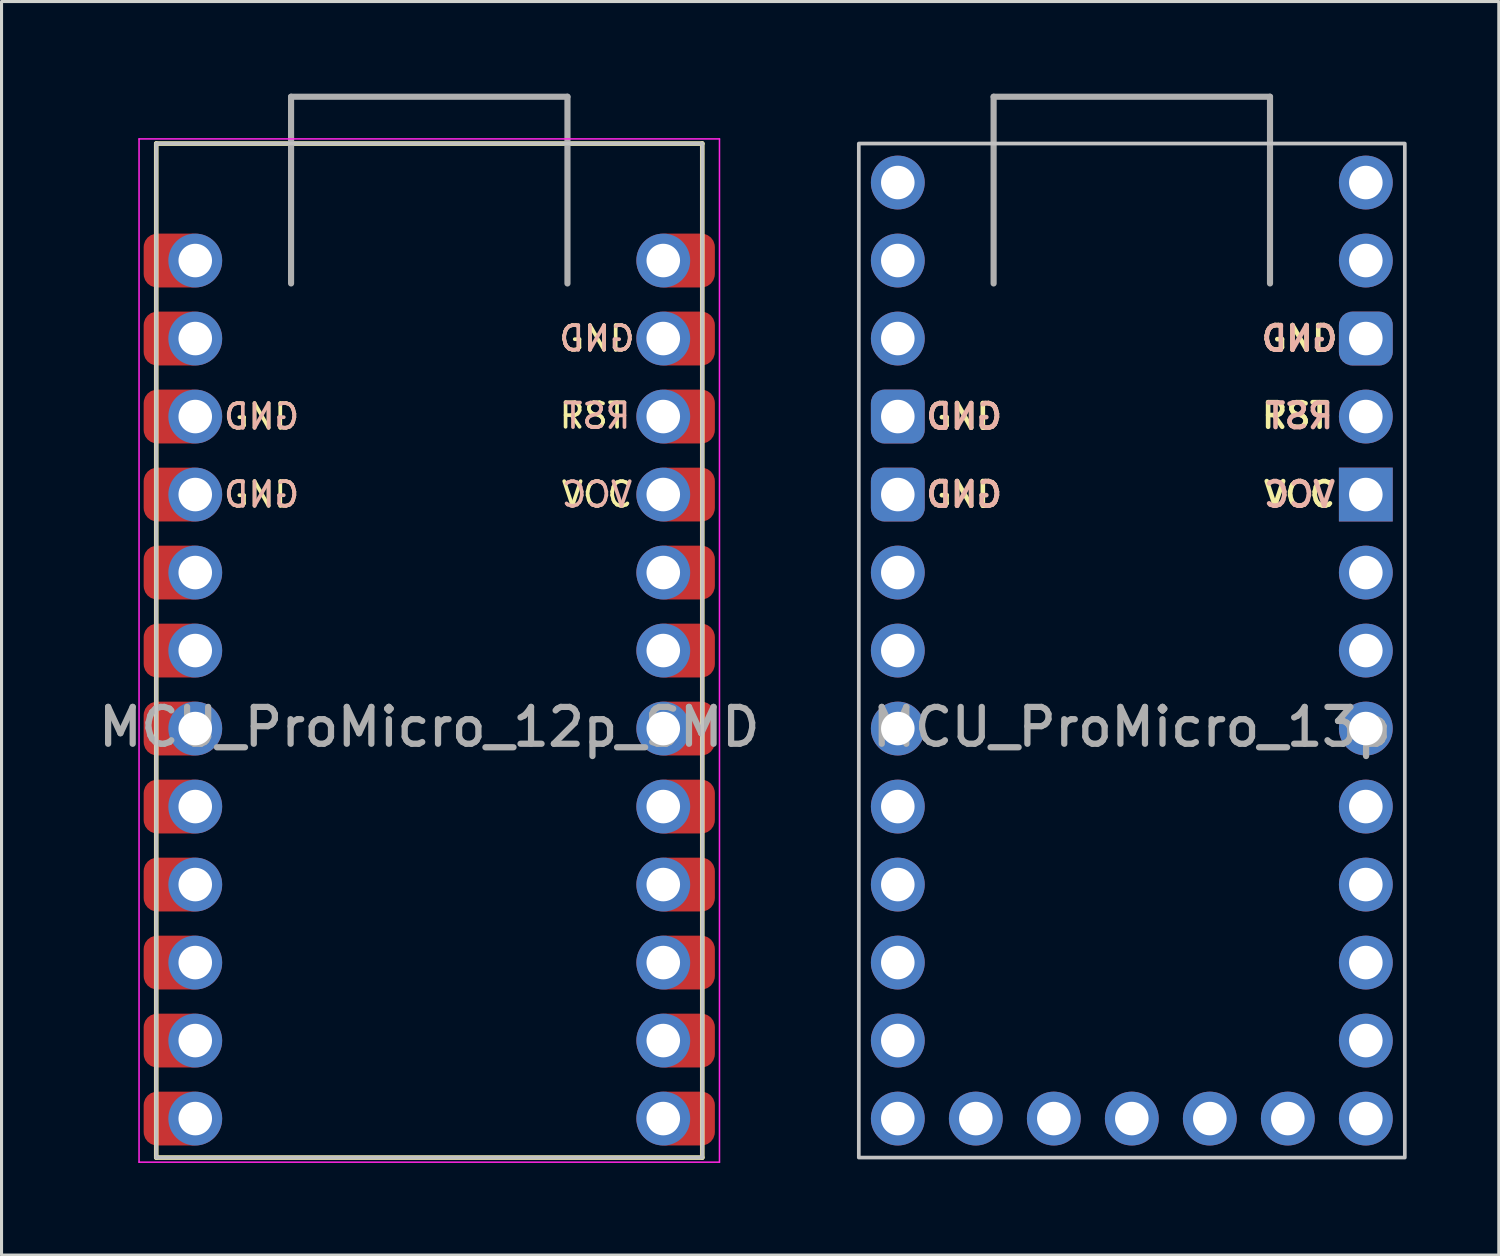
<source format=kicad_pcb>
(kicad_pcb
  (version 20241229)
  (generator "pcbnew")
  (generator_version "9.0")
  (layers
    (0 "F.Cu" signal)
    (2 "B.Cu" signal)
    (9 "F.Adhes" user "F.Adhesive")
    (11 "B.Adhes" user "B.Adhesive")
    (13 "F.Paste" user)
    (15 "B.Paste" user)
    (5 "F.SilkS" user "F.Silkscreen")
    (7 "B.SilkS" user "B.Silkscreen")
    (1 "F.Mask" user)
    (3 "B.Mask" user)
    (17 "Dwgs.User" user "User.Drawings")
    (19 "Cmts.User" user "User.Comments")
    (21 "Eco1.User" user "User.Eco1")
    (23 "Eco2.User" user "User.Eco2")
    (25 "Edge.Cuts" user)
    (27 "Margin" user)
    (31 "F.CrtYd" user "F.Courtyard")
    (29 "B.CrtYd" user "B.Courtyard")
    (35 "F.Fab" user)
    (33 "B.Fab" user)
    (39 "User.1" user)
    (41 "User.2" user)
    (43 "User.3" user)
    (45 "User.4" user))
  (footprint "MCU_ProMicro_12p_SMD"
    (layer "F.Cu")
    (at 10.928 18.624)
    (property "Reference" "MCU_ProMicro_12p_SMD" (at 0 2 180) (layer "F.Fab") (effects (font (size 1.2 1.2) (thickness 0.203))))
    (attr through_hole)
    (fp_line (start -8.89 -17) (end -8.89 16.02) (stroke (width 0.15) (type default)) (layer "F.SilkS"))
    (fp_line (start -8.89 -17) (end 8.89 -17) (stroke (width 0.15) (type default)) (layer "F.SilkS"))
    (fp_line (start 8.89 16.02) (end -8.89 16.02) (stroke (width 0.15) (type default)) (layer "F.SilkS"))
    (fp_line (start 8.89 16.02) (end 8.89 -17) (stroke (width 0.15) (type default)) (layer "F.SilkS"))
    (fp_line (start -8.89 -17) (end 8.89 -17) (stroke (width 0.12) (type default)) (layer "Dwgs.User"))
    (fp_line (start -8.89 16.02) (end -8.89 -17) (stroke (width 0.12) (type default)) (layer "Dwgs.User"))
    (fp_line (start 8.89 -17) (end 8.89 16.02) (stroke (width 0.12) (type default)) (layer "Dwgs.User"))
    (fp_line (start 8.89 16.02) (end -8.89 16.02) (stroke (width 0.12) (type default)) (layer "Dwgs.User"))
    (fp_line (start -9.45 -17.15) (end -9.45 16.17) (stroke (width 0.05) (type default)) (layer "F.CrtYd"))
    (fp_line (start -9.45 -17.15) (end 9.45 -17.15) (stroke (width 0.05) (type default)) (layer "F.CrtYd"))
    (fp_line (start 9.45 -17.15) (end 9.45 16.17) (stroke (width 0.05) (type default)) (layer "F.CrtYd"))
    (fp_line (start 9.45 16.17) (end -9.45 16.17) (stroke (width 0.05) (type default)) (layer "F.CrtYd"))
    (fp_line (start -4.5 -18.524) (end 4.5 -18.524) (stroke (width 0.2) (type solid)) (layer "F.Fab"))
    (fp_line (start -4.5 -12.444) (end -4.5 -18.524) (stroke (width 0.2) (type solid)) (layer "F.Fab"))
    (fp_line (start 4.5 -18.524) (end 4.5 -12.444) (stroke (width 0.2) (type solid)) (layer "F.Fab"))
    (fp_text user "GND" (at 5.461 -10.65 0) (layer "F.SilkS") (effects (font (size 0.8 0.8) (thickness 0.12))))
    (fp_text user "VCC" (at 5.461 -5.57 0) (layer "F.SilkS") (effects (font (size 0.8 0.8) (thickness 0.12))))
    (fp_text user "GND" (at -5.461 -5.57 0) (layer "F.SilkS") (effects (font (size 0.8 0.8) (thickness 0.12))))
    (fp_text user "RST" (at 5.334 -8.14 0) (layer "F.SilkS") (effects (font (size 0.8 0.8) (thickness 0.12))))
    (fp_text user "GND" (at -5.461 -8.11 0) (layer "F.SilkS") (effects (font (size 0.8 0.8) (thickness 0.12))))
    (fp_text user "GND" (at 5.461 -10.65 0) (layer "B.SilkS") (effects (font (size 0.8 0.8) (thickness 0.12)) (justify mirror)))
    (fp_text user "GND" (at -5.461 -5.57 0) (layer "B.SilkS") (effects (font (size 0.8 0.8) (thickness 0.12)) (justify mirror)))
    (fp_text user "VCC" (at 5.461 -5.57 0) (layer "B.SilkS") (effects (font (size 0.8 0.8) (thickness 0.12)) (justify mirror)))
    (fp_text user "RST" (at 5.461 -8.13 0) (layer "B.SilkS") (effects (font (size 0.8 0.8) (thickness 0.12)) (justify mirror)))
    (fp_text user "GND" (at -5.461 -8.11 0) (layer "B.SilkS") (effects (font (size 0.8 0.8) (thickness 0.12)) (justify mirror)))
    (pad "1" smd roundrect (at -8.3 -13.19) (size 2 1.753) (layers "F.Cu" "F.Mask") (roundrect_rratio 0.25) (chamfer_ratio 0.2) (chamfer))
    (pad "1" thru_hole circle (at -7.62 -13.19 270) (size 1.753 1.753) (drill 1.092) (layers "*.Cu" "*.Mask"))
    (pad "2" smd roundrect (at -8.3 -10.65) (size 2 1.753) (layers "F.Cu" "F.Mask") (roundrect_rratio 0.25) (chamfer_ratio 0.2) (chamfer))
    (pad "2" thru_hole circle (at -7.62 -10.65 270) (size 1.753 1.753) (drill 1.092) (layers "*.Cu" "*.Mask"))
    (pad "3" smd roundrect (at -8.3 -8.11) (size 2 1.753) (layers "F.Cu" "F.Mask") (roundrect_rratio 0.25) (chamfer_ratio 0.2) (chamfer))
    (pad "3" thru_hole circle (at -7.62 -8.11 270) (size 1.753 1.753) (drill 1.092) (layers "*.Cu" "*.Mask"))
    (pad "4" smd roundrect (at -8.3 -5.57) (size 2 1.753) (layers "F.Cu" "F.Mask") (roundrect_rratio 0.25) (chamfer_ratio 0.2) (chamfer))
    (pad "4" thru_hole circle (at -7.62 -5.57 270) (size 1.753 1.753) (drill 1.092) (layers "*.Cu" "*.Mask"))
    (pad "5" smd roundrect (at -8.3 -3.03) (size 2 1.753) (layers "F.Cu" "F.Mask") (roundrect_rratio 0.25) (chamfer_ratio 0.2) (chamfer))
    (pad "5" thru_hole circle (at -7.62 -3.03 270) (size 1.753 1.753) (drill 1.092) (layers "*.Cu" "*.Mask"))
    (pad "6" smd roundrect (at -8.3 -0.49) (size 2 1.753) (layers "F.Cu" "F.Mask") (roundrect_rratio 0.25) (chamfer_ratio 0.2) (chamfer))
    (pad "6" thru_hole circle (at -7.62 -0.49 270) (size 1.753 1.753) (drill 1.092) (layers "*.Cu" "*.Mask"))
    (pad "7" smd roundrect (at -8.3 2.05) (size 2 1.753) (layers "F.Cu" "F.Mask") (roundrect_rratio 0.25) (chamfer_ratio 0.2) (chamfer))
    (pad "7" thru_hole circle (at -7.62 2.05 270) (size 1.753 1.753) (drill 1.092) (layers "*.Cu" "*.Mask"))
    (pad "8" smd roundrect (at -8.3 4.59) (size 2 1.753) (layers "F.Cu" "F.Mask") (roundrect_rratio 0.25) (chamfer_ratio 0.2) (chamfer))
    (pad "8" thru_hole circle (at -7.62 4.59 270) (size 1.753 1.753) (drill 1.092) (layers "*.Cu" "*.Mask"))
    (pad "9" smd roundrect (at -8.3 7.13) (size 2 1.753) (layers "F.Cu" "F.Mask") (roundrect_rratio 0.25) (chamfer_ratio 0.2) (chamfer))
    (pad "9" thru_hole circle (at -7.62 7.13 270) (size 1.753 1.753) (drill 1.092) (layers "*.Cu" "*.Mask"))
    (pad "10" smd roundrect (at -8.3 9.67) (size 2 1.753) (layers "F.Cu" "F.Mask") (roundrect_rratio 0.25) (chamfer_ratio 0.2) (chamfer))
    (pad "10" thru_hole circle (at -7.62 9.67 270) (size 1.753 1.753) (drill 1.092) (layers "*.Cu" "*.Mask"))
    (pad "11" smd roundrect (at -8.3 12.21) (size 2 1.753) (layers "F.Cu" "F.Mask") (roundrect_rratio 0.25) (chamfer_ratio 0.2) (chamfer))
    (pad "11" thru_hole circle (at -7.62 12.21 270) (size 1.753 1.753) (drill 1.092) (layers "*.Cu" "*.Mask"))
    (pad "12" smd roundrect (at -8.3 14.75) (size 2 1.753) (layers "F.Cu" "F.Mask") (roundrect_rratio 0.25) (chamfer_ratio 0.2) (chamfer))
    (pad "12" thru_hole circle (at -7.62 14.75 270) (size 1.753 1.753) (drill 1.092) (layers "*.Cu" "*.Mask"))
    (pad "13" thru_hole circle (at 7.62 14.75 90) (size 1.753 1.753) (drill 1.092) (layers "*.Cu" "*.Mask"))
    (pad "13" smd roundrect (at 8.3 14.75 180) (size 2 1.753) (layers "F.Cu" "F.Mask") (roundrect_rratio 0.25) (chamfer_ratio 0.2) (chamfer))
    (pad "14" thru_hole circle (at 7.62 12.21 270) (size 1.753 1.753) (drill 1.092) (layers "*.Cu" "*.Mask"))
    (pad "14" smd roundrect (at 8.3 12.21 180) (size 2 1.753) (layers "F.Cu" "F.Mask") (roundrect_rratio 0.25) (chamfer_ratio 0.2) (chamfer))
    (pad "15" thru_hole circle (at 7.62 9.67 270) (size 1.753 1.753) (drill 1.092) (layers "*.Cu" "*.Mask"))
    (pad "15" smd roundrect (at 8.3 9.67 180) (size 2 1.753) (layers "F.Cu" "F.Mask") (roundrect_rratio 0.25) (chamfer_ratio 0.2) (chamfer))
    (pad "16" thru_hole circle (at 7.62 7.13 270) (size 1.753 1.753) (drill 1.092) (layers "*.Cu" "*.Mask"))
    (pad "16" smd roundrect (at 8.3 7.13 180) (size 2 1.753) (layers "F.Cu" "F.Mask") (roundrect_rratio 0.25) (chamfer_ratio 0.2) (chamfer))
    (pad "17" thru_hole circle (at 7.62 4.59 270) (size 1.753 1.753) (drill 1.092) (layers "*.Cu" "*.Mask"))
    (pad "17" smd roundrect (at 8.3 4.59 180) (size 2 1.753) (layers "F.Cu" "F.Mask") (roundrect_rratio 0.25) (chamfer_ratio 0.2) (chamfer))
    (pad "18" thru_hole circle (at 7.62 2.05 270) (size 1.753 1.753) (drill 1.092) (layers "*.Cu" "*.Mask"))
    (pad "18" smd roundrect (at 8.3 2.05 180) (size 2 1.753) (layers "F.Cu" "F.Mask") (roundrect_rratio 0.25) (chamfer_ratio 0.2) (chamfer))
    (pad "19" thru_hole circle (at 7.62 -0.49 270) (size 1.753 1.753) (drill 1.092) (layers "*.Cu" "*.Mask"))
    (pad "19" smd roundrect (at 8.3 -0.49 180) (size 2 1.753) (layers "F.Cu" "F.Mask") (roundrect_rratio 0.25) (chamfer_ratio 0.2) (chamfer))
    (pad "20" thru_hole circle (at 7.62 -3.03 270) (size 1.753 1.753) (drill 1.092) (layers "*.Cu" "*.Mask"))
    (pad "20" smd roundrect (at 8.3 -3.03 180) (size 2 1.753) (layers "F.Cu" "F.Mask") (roundrect_rratio 0.25) (chamfer_ratio 0.2) (chamfer))
    (pad "21" thru_hole circle (at 7.62 -5.57 270) (size 1.753 1.753) (drill 1.092) (layers "*.Cu" "*.Mask"))
    (pad "21" smd roundrect (at 8.3 -5.57 180) (size 2 1.753) (layers "F.Cu" "F.Mask") (roundrect_rratio 0.25) (chamfer_ratio 0.2) (chamfer))
    (pad "22" thru_hole circle (at 7.62 -8.11 270) (size 1.753 1.753) (drill 1.092) (layers "*.Cu" "*.Mask"))
    (pad "22" smd roundrect (at 8.3 -8.11 180) (size 2 1.753) (layers "F.Cu" "F.Mask") (roundrect_rratio 0.25) (chamfer_ratio 0.2) (chamfer))
    (pad "23" thru_hole circle (at 7.62 -10.65 270) (size 1.753 1.753) (drill 1.092) (layers "*.Cu" "*.Mask"))
    (pad "23" smd roundrect (at 8.3 -10.65 180) (size 2 1.753) (layers "F.Cu" "F.Mask") (roundrect_rratio 0.25) (chamfer_ratio 0.2) (chamfer))
    (pad "24" thru_hole circle (at 7.62 -13.19 270) (size 1.753 1.753) (drill 1.092) (layers "*.Cu" "*.Mask"))
    (pad "24" smd roundrect (at 8.3 -13.19 180) (size 2 1.753) (layers "F.Cu" "F.Mask") (roundrect_rratio 0.25) (chamfer_ratio 0.2) (chamfer)))
  (footprint "MCU_ProMicro_13p"
    (layer "F.Cu")
    (at 33.805 18.624)
    (property "Reference" "MCU_ProMicro_13p" (at 0 2 180) (layer "F.Fab") (effects (font (size 1.2 1.2) (thickness 0.203))))
    (attr through_hole)
    (fp_rect (start -8.89 16.02) (end 8.89 -17) (stroke (width 0.12) (type default)) (fill no) (layer "Dwgs.User"))
    (fp_line (start -4.5 -18.524) (end 4.5 -18.524) (stroke (width 0.2) (type solid)) (layer "F.Fab"))
    (fp_line (start -4.5 -12.444) (end -4.5 -18.524) (stroke (width 0.2) (type solid)) (layer "F.Fab"))
    (fp_line (start 4.5 -18.524) (end 4.5 -12.444) (stroke (width 0.2) (type solid)) (layer "F.Fab"))
    (fp_text user "RST" (at 5.334 -8.14 0) (layer "F.SilkS") (effects (font (size 0.8 0.8) (thickness 0.15))))
    (fp_text user "VCC" (at 5.461 -5.57 0) (layer "F.SilkS") (effects (font (size 0.8 0.8) (thickness 0.15))))
    (fp_text user "GND" (at -5.461 -8.11 0) (layer "F.SilkS") (effects (font (size 0.8 0.8) (thickness 0.15))))
    (fp_text user "GND" (at -5.461 -5.57 0) (layer "F.SilkS") (effects (font (size 0.8 0.8) (thickness 0.15))))
    (fp_text user "GND" (at 5.461 -10.65 0) (layer "F.SilkS") (effects (font (size 0.8 0.8) (thickness 0.15))))
    (fp_text user "VCC" (at 5.461 -5.57 0) (layer "B.SilkS") (effects (font (size 0.8 0.8) (thickness 0.15)) (justify mirror)))
    (fp_text user "GND" (at 5.461 -10.65 0) (layer "B.SilkS") (effects (font (size 0.8 0.8) (thickness 0.15)) (justify mirror)))
    (fp_text user "GND" (at -5.461 -8.11 0) (layer "B.SilkS") (effects (font (size 0.8 0.8) (thickness 0.15)) (justify mirror)))
    (fp_text user "GND" (at -5.461 -5.57 0) (layer "B.SilkS") (effects (font (size 0.8 0.8) (thickness 0.15)) (justify mirror)))
    (fp_text user "RST" (at 5.461 -8.13 0) (layer "B.SilkS") (effects (font (size 0.8 0.8) (thickness 0.15)) (justify mirror)))
    (pad "1" thru_hole circle (at -7.62 -15.73 270) (size 1.753 1.753) (drill 1.092) (layers "*.Cu" "*.Mask"))
    (pad "2" thru_hole circle (at -7.62 -13.19 270) (size 1.753 1.753) (drill 1.092) (layers "*.Cu" "*.Mask"))
    (pad "3" thru_hole circle (at -7.62 -10.65 270) (size 1.753 1.753) (drill 1.092) (layers "*.Cu" "*.Mask"))
    (pad "4" thru_hole roundrect (at -7.62 -8.11 270) (size 1.753 1.753) (drill 1.092) (layers "*.Cu" "*.Mask") (roundrect_rratio 0.25))
    (pad "5" thru_hole roundrect (at -7.62 -5.57 270) (size 1.753 1.753) (drill 1.092) (layers "*.Cu" "*.Mask") (roundrect_rratio 0.25))
    (pad "6" thru_hole circle (at -7.62 -3.03 270) (size 1.753 1.753) (drill 1.092) (layers "*.Cu" "*.Mask"))
    (pad "7" thru_hole circle (at -7.62 -0.49 270) (size 1.753 1.753) (drill 1.092) (layers "*.Cu" "*.Mask"))
    (pad "8" thru_hole circle (at -7.62 2.05 270) (size 1.753 1.753) (drill 1.092) (layers "*.Cu" "*.Mask"))
    (pad "9" thru_hole circle (at -7.62 4.59 270) (size 1.753 1.753) (drill 1.092) (layers "*.Cu" "*.Mask"))
    (pad "10" thru_hole circle (at -7.62 7.13 270) (size 1.753 1.753) (drill 1.092) (layers "*.Cu" "*.Mask"))
    (pad "11" thru_hole circle (at -7.62 9.67 270) (size 1.753 1.753) (drill 1.092) (layers "*.Cu" "*.Mask"))
    (pad "12" thru_hole circle (at -7.62 12.21 270) (size 1.753 1.753) (drill 1.092) (layers "*.Cu" "*.Mask"))
    (pad "13" thru_hole circle (at -7.62 14.75 270) (size 1.753 1.753) (drill 1.092) (layers "*.Cu" "*.Mask"))
    (pad "14" thru_hole circle (at 7.62 14.75 270) (size 1.753 1.753) (drill 1.092) (layers "*.Cu" "*.Mask"))
    (pad "15" thru_hole circle (at 7.62 12.21 270) (size 1.753 1.753) (drill 1.092) (layers "*.Cu" "*.Mask"))
    (pad "16" thru_hole circle (at 7.62 9.67 270) (size 1.753 1.753) (drill 1.092) (layers "*.Cu" "*.Mask"))
    (pad "17" thru_hole circle (at 7.62 7.13 270) (size 1.753 1.753) (drill 1.092) (layers "*.Cu" "*.Mask"))
    (pad "18" thru_hole circle (at 7.62 4.59 270) (size 1.753 1.753) (drill 1.092) (layers "*.Cu" "*.Mask"))
    (pad "19" thru_hole circle (at 7.62 2.05 270) (size 1.753 1.753) (drill 1.092) (layers "*.Cu" "*.Mask"))
    (pad "20" thru_hole circle (at 7.62 -0.49 270) (size 1.753 1.753) (drill 1.092) (layers "*.Cu" "*.Mask"))
    (pad "21" thru_hole circle (at 7.62 -3.03 270) (size 1.753 1.753) (drill 1.092) (layers "*.Cu" "*.Mask"))
    (pad "22" thru_hole trapezoid (at 7.62 -5.57 270) (size 1.753 1.753) (drill 1.092) (layers "*.Cu" "*.Mask"))
    (pad "23" thru_hole circle (at 7.62 -8.11 270) (size 1.753 1.753) (drill 1.092) (layers "*.Cu" "*.Mask"))
    (pad "24" thru_hole roundrect (at 7.62 -10.65 270) (size 1.753 1.753) (drill 1.092) (layers "*.Cu" "*.Mask") (roundrect_rratio 0.25))
    (pad "25" thru_hole circle (at 7.62 -13.19 270) (size 1.753 1.753) (drill 1.092) (layers "*.Cu" "*.Mask"))
    (pad "26" thru_hole circle (at 7.62 -15.73 270) (size 1.753 1.753) (drill 1.092) (layers "*.Cu" "*.Mask"))
    (pad "27" thru_hole circle (at -5.08 14.75 270) (size 1.753 1.753) (drill 1.092) (layers "*.Cu" "*.Mask"))
    (pad "28" thru_hole circle (at -2.54 14.75 270) (size 1.753 1.753) (drill 1.092) (layers "*.Cu" "*.Mask"))
    (pad "29" thru_hole circle (at 0 14.75 270) (size 1.753 1.753) (drill 1.092) (layers "*.Cu" "*.Mask"))
    (pad "30" thru_hole circle (at 2.54 14.75 270) (size 1.753 1.753) (drill 1.092) (layers "*.Cu" "*.Mask"))
    (pad "31" thru_hole circle (at 5.08 14.75 270) (size 1.753 1.753) (drill 1.092) (layers "*.Cu" "*.Mask")))
  (gr_rect
    (start -3 -3)
    (end 45.755 37.819)
    (stroke (width 0.1) (type default))
    (fill no)
    (layer "Edge.Cuts")))
</source>
